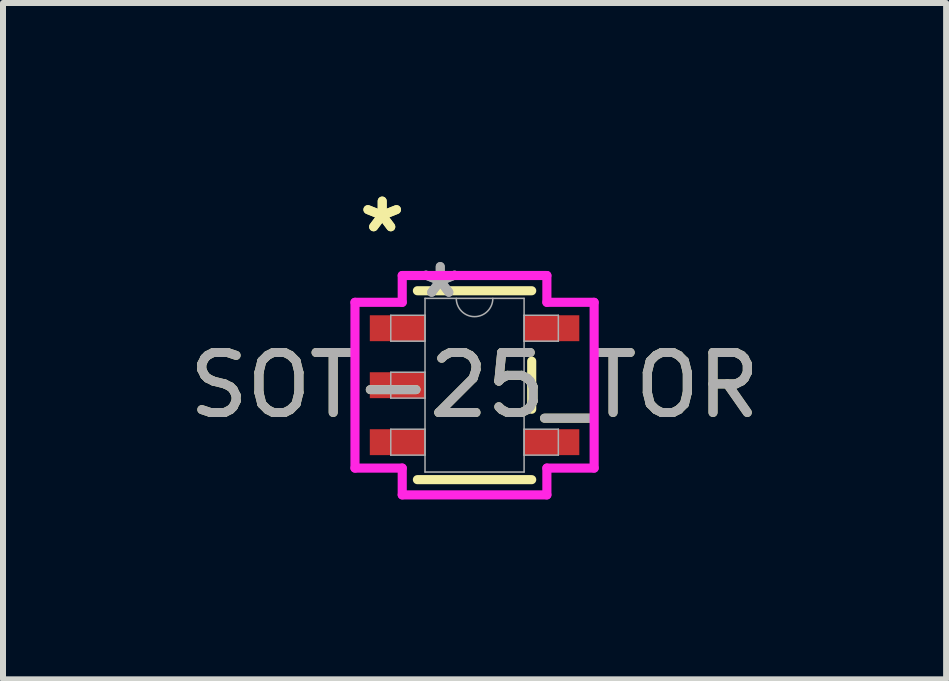
<source format=kicad_pcb>
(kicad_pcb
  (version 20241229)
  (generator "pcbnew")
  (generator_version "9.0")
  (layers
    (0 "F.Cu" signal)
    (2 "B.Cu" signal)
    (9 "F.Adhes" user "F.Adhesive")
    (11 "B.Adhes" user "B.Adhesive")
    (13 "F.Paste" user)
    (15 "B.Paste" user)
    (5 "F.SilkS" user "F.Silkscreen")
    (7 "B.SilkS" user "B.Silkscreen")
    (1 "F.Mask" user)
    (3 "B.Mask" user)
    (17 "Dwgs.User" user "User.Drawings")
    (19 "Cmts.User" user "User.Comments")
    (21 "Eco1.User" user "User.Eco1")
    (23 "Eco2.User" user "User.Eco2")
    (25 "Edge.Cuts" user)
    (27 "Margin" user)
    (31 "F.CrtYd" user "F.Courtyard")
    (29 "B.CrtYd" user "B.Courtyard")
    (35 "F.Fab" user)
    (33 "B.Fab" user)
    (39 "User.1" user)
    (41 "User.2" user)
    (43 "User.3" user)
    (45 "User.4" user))
  (footprint "SOT-25_TOR"
    (layer "F.Cu")
    (at 4.863 3.373)
    (property "Reference" "SOT-25_TOR" (at 0 0 0) (unlocked yes) (layer "F.SilkS") (effects (font (size 1 1) (thickness 0.15))))
    (attr smd)
    (fp_line (start -0.953 1.575) (end 0.953 1.575) (stroke (width 0.152) (type solid)) (layer "F.SilkS"))
    (fp_line (start 0.953 -1.575) (end -0.953 -1.575) (stroke (width 0.152) (type solid)) (layer "F.SilkS"))
    (fp_line (start 0.953 0.401) (end 0.953 -0.401) (stroke (width 0.152) (type solid)) (layer "F.SilkS"))
    (fp_line (start -1.994 -1.382) (end -1.206 -1.382) (stroke (width 0.152) (type solid)) (layer "F.CrtYd"))
    (fp_line (start -1.994 1.382) (end -1.994 -1.382) (stroke (width 0.152) (type solid)) (layer "F.CrtYd"))
    (fp_line (start -1.206 -1.829) (end 1.206 -1.829) (stroke (width 0.152) (type solid)) (layer "F.CrtYd"))
    (fp_line (start -1.206 -1.382) (end -1.206 -1.829) (stroke (width 0.152) (type solid)) (layer "F.CrtYd"))
    (fp_line (start -1.206 1.382) (end -1.994 1.382) (stroke (width 0.152) (type solid)) (layer "F.CrtYd"))
    (fp_line (start -1.206 1.829) (end -1.206 1.382) (stroke (width 0.152) (type solid)) (layer "F.CrtYd"))
    (fp_line (start 1.206 -1.829) (end 1.206 -1.382) (stroke (width 0.152) (type solid)) (layer "F.CrtYd"))
    (fp_line (start 1.206 -1.382) (end 1.994 -1.382) (stroke (width 0.152) (type solid)) (layer "F.CrtYd"))
    (fp_line (start 1.206 1.382) (end 1.206 1.829) (stroke (width 0.152) (type solid)) (layer "F.CrtYd"))
    (fp_line (start 1.206 1.829) (end -1.206 1.829) (stroke (width 0.152) (type solid)) (layer "F.CrtYd"))
    (fp_line (start 1.994 -1.382) (end 1.994 1.382) (stroke (width 0.152) (type solid)) (layer "F.CrtYd"))
    (fp_line (start 1.994 1.382) (end 1.206 1.382) (stroke (width 0.152) (type solid)) (layer "F.CrtYd"))
    (fp_line (start -1.397 -1.166) (end -1.397 -0.734) (stroke (width 0.025) (type solid)) (layer "F.Fab"))
    (fp_line (start -1.397 -0.734) (end -0.826 -0.734) (stroke (width 0.025) (type solid)) (layer "F.Fab"))
    (fp_line (start -1.397 -0.216) (end -1.397 0.216) (stroke (width 0.025) (type solid)) (layer "F.Fab"))
    (fp_line (start -1.397 0.216) (end -0.826 0.216) (stroke (width 0.025) (type solid)) (layer "F.Fab"))
    (fp_line (start -1.397 0.734) (end -1.397 1.166) (stroke (width 0.025) (type solid)) (layer "F.Fab"))
    (fp_line (start -1.397 1.166) (end -0.826 1.166) (stroke (width 0.025) (type solid)) (layer "F.Fab"))
    (fp_line (start -0.826 -1.448) (end -0.826 1.448) (stroke (width 0.025) (type solid)) (layer "F.Fab"))
    (fp_line (start -0.826 -1.166) (end -1.397 -1.166) (stroke (width 0.025) (type solid)) (layer "F.Fab"))
    (fp_line (start -0.826 -0.734) (end -0.826 -1.166) (stroke (width 0.025) (type solid)) (layer "F.Fab"))
    (fp_line (start -0.826 -0.216) (end -1.397 -0.216) (stroke (width 0.025) (type solid)) (layer "F.Fab"))
    (fp_line (start -0.826 0.216) (end -0.826 -0.216) (stroke (width 0.025) (type solid)) (layer "F.Fab"))
    (fp_line (start -0.826 0.734) (end -1.397 0.734) (stroke (width 0.025) (type solid)) (layer "F.Fab"))
    (fp_line (start -0.826 1.166) (end -0.826 0.734) (stroke (width 0.025) (type solid)) (layer "F.Fab"))
    (fp_line (start -0.826 1.448) (end 0.826 1.448) (stroke (width 0.025) (type solid)) (layer "F.Fab"))
    (fp_line (start 0.826 -1.448) (end -0.826 -1.448) (stroke (width 0.025) (type solid)) (layer "F.Fab"))
    (fp_line (start 0.826 -1.166) (end 0.826 -0.734) (stroke (width 0.025) (type solid)) (layer "F.Fab"))
    (fp_line (start 0.826 -0.734) (end 1.397 -0.734) (stroke (width 0.025) (type solid)) (layer "F.Fab"))
    (fp_line (start 0.826 0.734) (end 0.826 1.166) (stroke (width 0.025) (type solid)) (layer "F.Fab"))
    (fp_line (start 0.826 1.166) (end 1.397 1.166) (stroke (width 0.025) (type solid)) (layer "F.Fab"))
    (fp_line (start 0.826 1.448) (end 0.826 -1.448) (stroke (width 0.025) (type solid)) (layer "F.Fab"))
    (fp_line (start 1.397 -1.166) (end 0.826 -1.166) (stroke (width 0.025) (type solid)) (layer "F.Fab"))
    (fp_line (start 1.397 -0.734) (end 1.397 -1.166) (stroke (width 0.025) (type solid)) (layer "F.Fab"))
    (fp_line (start 1.397 0.734) (end 0.826 0.734) (stroke (width 0.025) (type solid)) (layer "F.Fab"))
    (fp_line (start 1.397 1.166) (end 1.397 0.734) (stroke (width 0.025) (type solid)) (layer "F.Fab"))
    (fp_arc (start 0.3048 -1.4478) (mid 0 -1.143) (end -0.3048 -1.4478) (stroke (width 0.0254) (type solid)) (layer "F.Fab"))
    (fp_text user "*" (at -1.54 -2.525 0) (unlocked yes) (layer "F.SilkS") (effects (font (size 1 1) (thickness 0.15))))
    (fp_text user "*" (at -1.54 -2.525 0) (layer "F.SilkS") (effects (font (size 1 1) (thickness 0.15))))
    (fp_text user "*" (at -0.572 -1.433 0) (unlocked yes) (layer "F.Fab") (effects (font (size 1 1) (thickness 0.15))))
    (fp_text user "${REFERENCE}" (at 0 0 0) (unlocked yes) (layer "F.Fab") (effects (font (size 1 1) (thickness 0.15))))
    (fp_text user "*" (at -0.572 -1.433 0) (layer "F.Fab") (effects (font (size 1 1) (thickness 0.15))))
    (pad "1" smd rect (at -1.286 -0.95) (size 0.921 0.432) (layers "F.Cu" "F.Mask" "F.Paste"))
    (pad "2" smd rect (at -1.286 0) (size 0.921 0.432) (layers "F.Cu" "F.Mask" "F.Paste"))
    (pad "3" smd rect (at -1.286 0.95) (size 0.921 0.432) (layers "F.Cu" "F.Mask" "F.Paste"))
    (pad "4" smd rect (at 1.286 0.95) (size 0.921 0.432) (layers "F.Cu" "F.Mask" "F.Paste"))
    (pad "5" smd rect (at 1.286 -0.95) (size 0.921 0.432) (layers "F.Cu" "F.Mask" "F.Paste")))
  (gr_rect
    (start -3 -3)
    (end 12.726 8.278)
    (stroke (width 0.1) (type default))
    (fill no)
    (layer "Edge.Cuts")))
</source>
